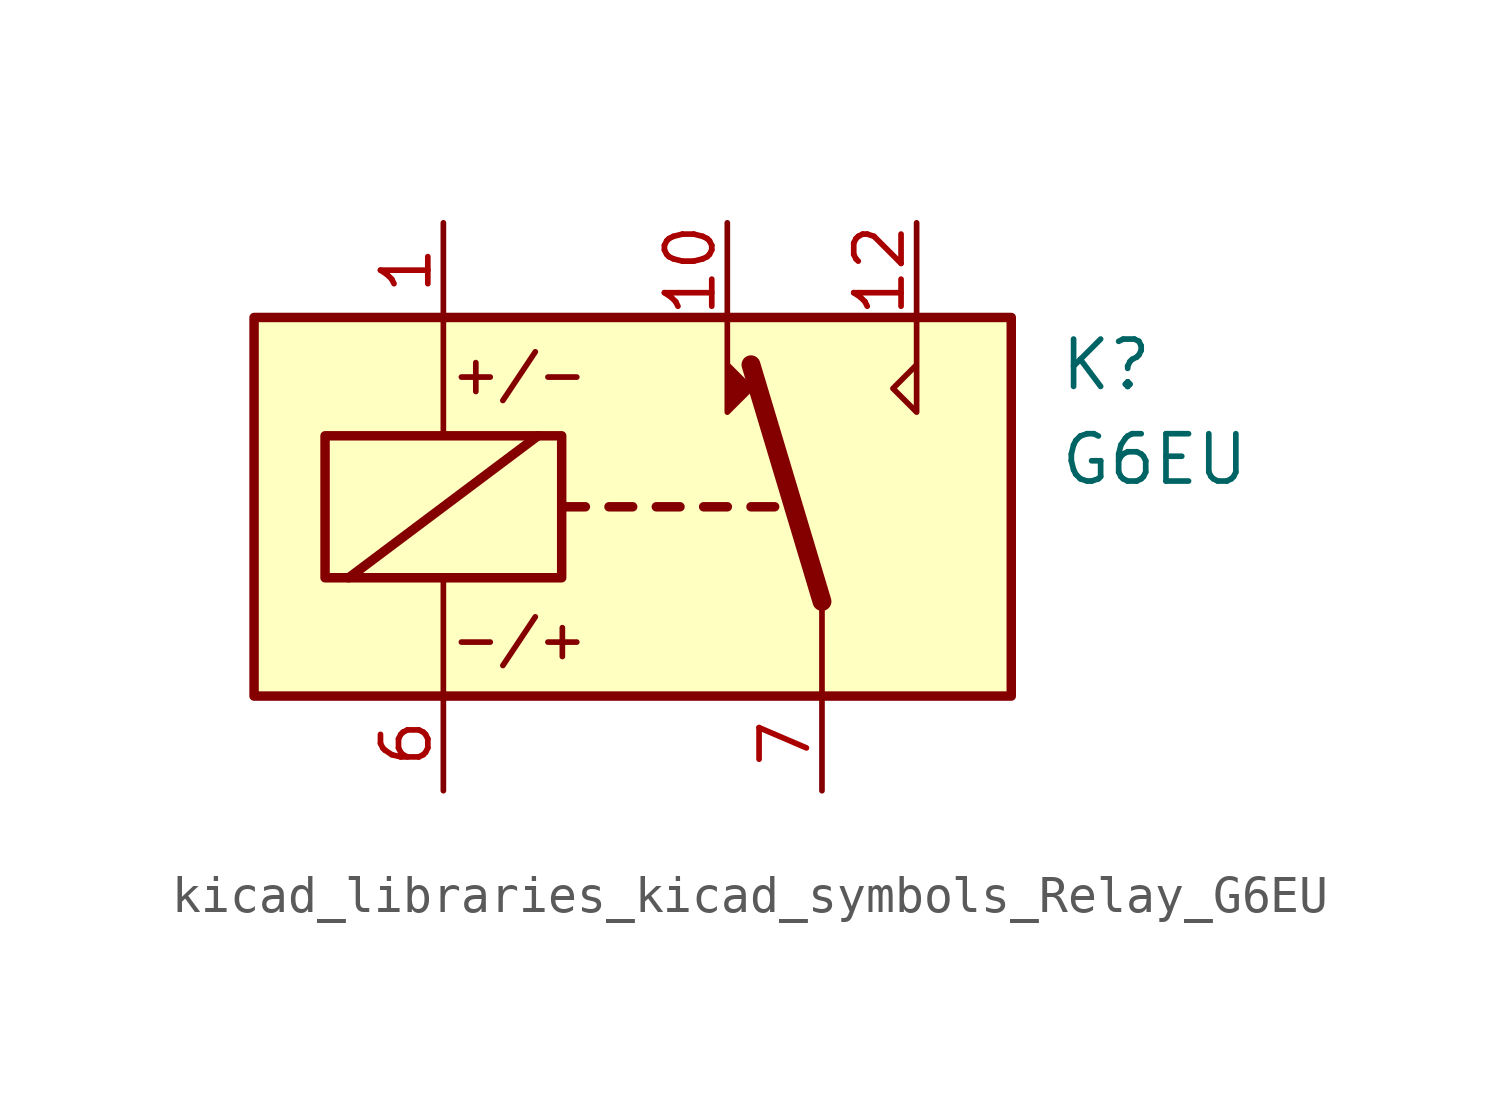
<source format=kicad_sym>
(kicad_symbol_lib
  (version 20220914)
  (generator kicad_symbol_editor)
  (symbol "kicad_libraries_kicad_symbols_Relay_G6EU"
    (property "Reference" "K"
      (at 11.43 3.81 0)
      (effects (font (size 1.27 1.27)) (justify left)))
    (property "Value" "G6EU"
      (at 11.43 1.27 0)
      (effects (font (size 1.27 1.27)) (justify left)))
    (symbol "kicad_libraries_kicad_symbols_Relay_G6EU_0_0"
      (polyline (pts (xy 7.62 5.08) (xy 7.62 2.54) (xy 6.985 3.175) (xy 7.62 3.81)) (stroke (width 0) (type default)) (fill (type none)))
      (text "+/-" (at -3.048 3.556 0) (effects (font (size 1.016 1.016))))
      (text "-/+" (at -3.048 -3.556 0) (effects (font (size 1.016 1.016)))))
    (symbol "kicad_libraries_kicad_symbols_Relay_G6EU_0_1"
      (rectangle (start -10.16 5.08) (end 10.16 -5.08) (stroke (width 0.254) (type default)) (fill (type background)))
      (rectangle (start -8.255 1.905) (end -1.905 -1.905) (stroke (width 0.254) (type default)) (fill (type none)))
      (polyline (pts (xy -7.62 -1.905) (xy -2.54 1.905)) (stroke (width 0.254) (type default)) (fill (type none)))
      (polyline (pts (xy -5.08 -5.08) (xy -5.08 -1.905)) (stroke (width 0) (type default)) (fill (type none)))
      (polyline (pts (xy -5.08 5.08) (xy -5.08 1.905)) (stroke (width 0) (type default)) (fill (type none)))
      (polyline (pts (xy -1.905 0) (xy -1.27 0)) (stroke (width 0.254) (type default)) (fill (type none)))
      (polyline (pts (xy -0.635 0) (xy 0 0)) (stroke (width 0.254) (type default)) (fill (type none)))
      (polyline (pts (xy 0.635 0) (xy 1.27 0)) (stroke (width 0.254) (type default)) (fill (type none)))
      (polyline (pts (xy 1.905 0) (xy 2.54 0)) (stroke (width 0.254) (type default)) (fill (type none)))
      (polyline (pts (xy 3.175 0) (xy 3.81 0)) (stroke (width 0.254) (type default)) (fill (type none)))
      (polyline (pts (xy 5.08 -2.54) (xy 3.175 3.81)) (stroke (width 0.508) (type default)) (fill (type none)))
      (polyline (pts (xy 5.08 -2.54) (xy 5.08 -5.08)) (stroke (width 0) (type default)) (fill (type none)))
      (polyline (pts (xy 2.54 5.08) (xy 2.54 2.54) (xy 3.175 3.175) (xy 2.54 3.81)) (stroke (width 0) (type default)) (fill (type outline))))
    (symbol "kicad_libraries_kicad_symbols_Relay_G6EU_1_1"
      (pin passive line (at -5.08 7.62 270) (length 2.54) (name "~" (effects (font (size 1.27 1.27)))) (number "1" (effects (font (size 1.27 1.27)))))
      (pin passive line (at 2.54 7.62 270) (length 2.54) (name "~" (effects (font (size 1.27 1.27)))) (number "10" (effects (font (size 1.27 1.27)))))
      (pin passive line (at 7.62 7.62 270) (length 2.54) (name "~" (effects (font (size 1.27 1.27)))) (number "12" (effects (font (size 1.27 1.27)))))
      (pin passive line (at -5.08 -7.62 90) (length 2.54) (name "~" (effects (font (size 1.27 1.27)))) (number "6" (effects (font (size 1.27 1.27)))))
      (pin passive line (at 5.08 -7.62 90) (length 2.54) (name "~" (effects (font (size 1.27 1.27)))) (number "7" (effects (font (size 1.27 1.27))))))))
</source>
